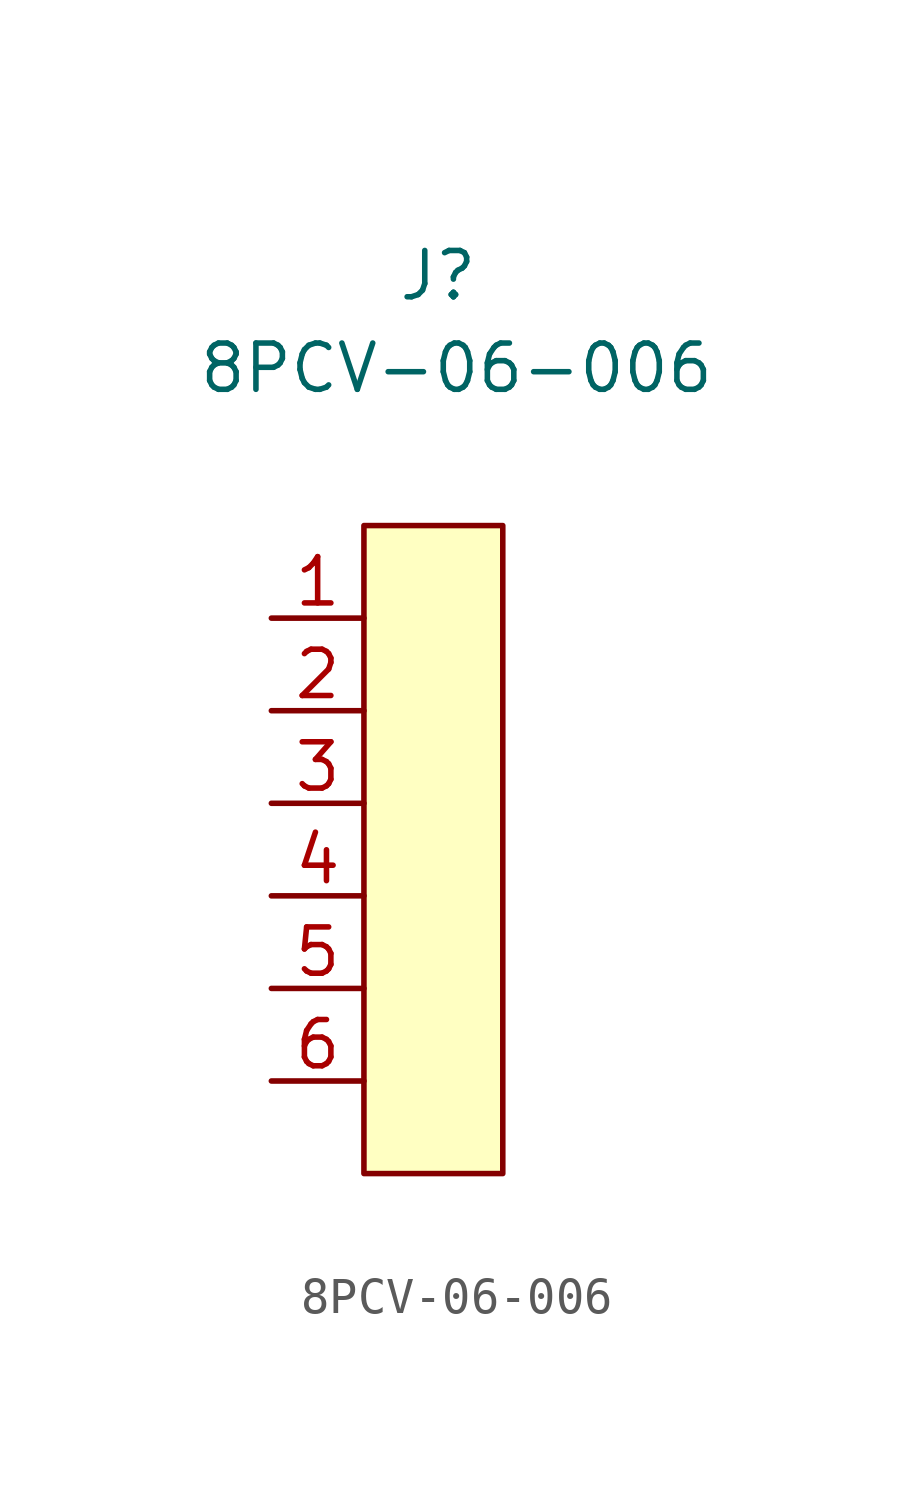
<source format=kicad_sym>
(kicad_symbol_lib
  (version 20231120)
  (generator "kicad_symbol_editor")
  (generator_version "8.0")
  (symbol "8PCV-06-006"
    (property "Reference" "J"
      (at 4.572 5.588 0)
      (effects (font (size 1.27 1.27))))
    (property "Value" "8PCV-06-006"
      (at 5.08 3.048 0)
      (effects (font (size 1.27 1.27))))
    (symbol "8PCV-06-006_1_1"
      (rectangle (start 2.54 -1.27) (end 6.35 -19.05) (stroke (width 0) (type default)) (fill (type background)))
      (pin power_in line (at 0 -3.81 0) (length 2.54) (name "" (effects (font (size 1.27 1.27)))) (number "1" (effects (font (size 1.27 1.27)))))
      (pin power_in line (at 0 -6.35 0) (length 2.54) (name "" (effects (font (size 1.27 1.27)))) (number "2" (effects (font (size 1.27 1.27)))))
      (pin power_in line (at 0 -8.89 0) (length 2.54) (name "" (effects (font (size 1.27 1.27)))) (number "3" (effects (font (size 1.27 1.27)))))
      (pin power_in line (at 0 -11.43 0) (length 2.54) (name "" (effects (font (size 1.27 1.27)))) (number "4" (effects (font (size 1.27 1.27)))))
      (pin power_in line (at 0 -13.97 0) (length 2.54) (name "" (effects (font (size 1.27 1.27)))) (number "5" (effects (font (size 1.27 1.27)))))
      (pin power_in line (at 0 -16.51 0) (length 2.54) (name "" (effects (font (size 1.27 1.27)))) (number "6" (effects (font (size 1.27 1.27))))))))
</source>
